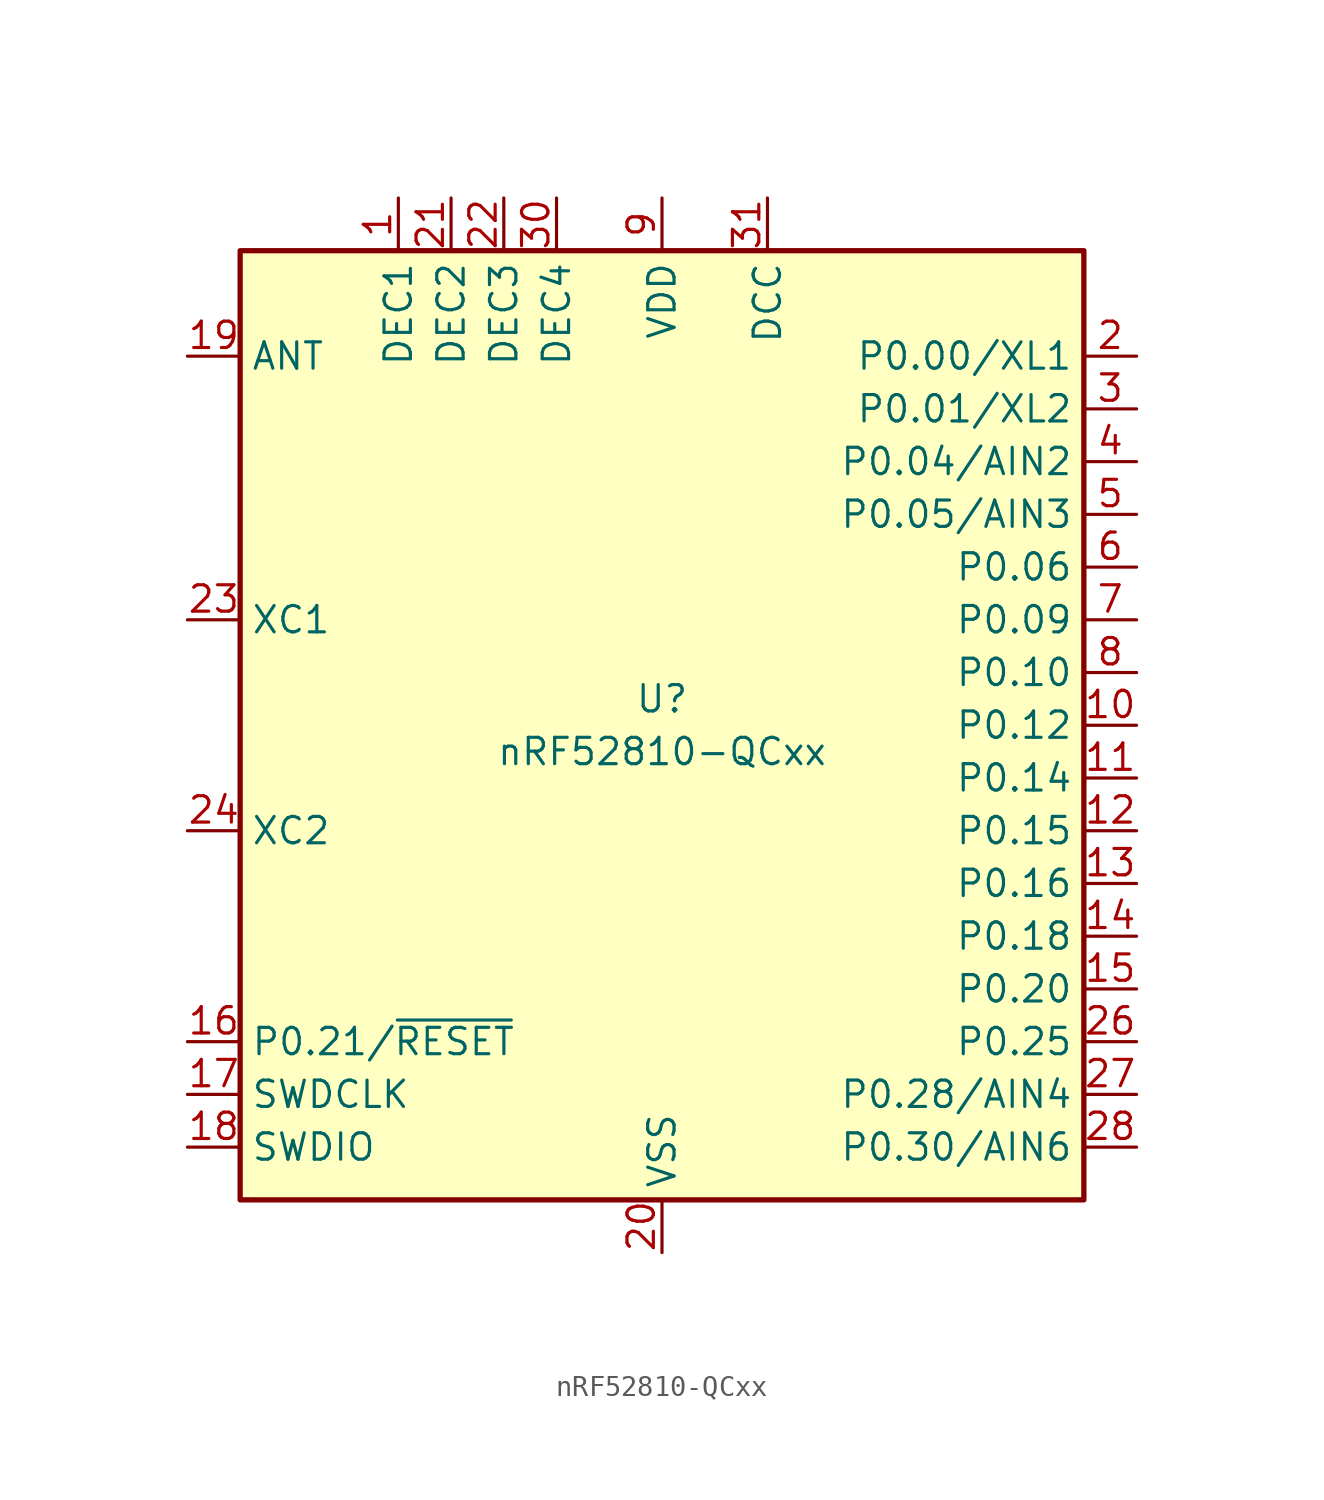
<source format=kicad_sym>
(kicad_symbol_lib
  (version 20231120)
  (generator "kicad_symbol_editor")
  (generator_version "8.0")
  (symbol "nRF52810-QCxx"
    (property "Reference" "U"
      (at 0 1.27 0)
      (effects (font (size 1.27 1.27))))
    (property "Value" "nRF52810-QCxx"
      (at 0 -1.27 0)
      (effects (font (size 1.27 1.27))))
    (symbol "nRF52810-QCxx_0_1"
      (rectangle (start -20.32 22.86) (end 20.32 -22.86) (stroke (width 0.254) (type default)) (fill (type background))))
    (symbol "nRF52810-QCxx_1_1"
      (pin passive line (at -12.7 25.4 270) (length 2.54) (name "DEC1" (effects (font (size 1.27 1.27)))) (number "1" (effects (font (size 1.27 1.27)))))
      (pin bidirectional line (at 22.86 0 180) (length 2.54) (name "P0.12" (effects (font (size 1.27 1.27)))) (number "10" (effects (font (size 1.27 1.27)))))
      (pin bidirectional line (at 22.86 -2.54 180) (length 2.54) (name "P0.14" (effects (font (size 1.27 1.27)))) (number "11" (effects (font (size 1.27 1.27)))))
      (pin bidirectional line (at 22.86 -5.08 180) (length 2.54) (name "P0.15" (effects (font (size 1.27 1.27)))) (number "12" (effects (font (size 1.27 1.27)))))
      (pin bidirectional line (at 22.86 -7.62 180) (length 2.54) (name "P0.16" (effects (font (size 1.27 1.27)))) (number "13" (effects (font (size 1.27 1.27)))))
      (pin bidirectional line (at 22.86 -10.16 180) (length 2.54) (name "P0.18" (effects (font (size 1.27 1.27)))) (number "14" (effects (font (size 1.27 1.27)))))
      (pin bidirectional line (at 22.86 -12.7 180) (length 2.54) (name "P0.20" (effects (font (size 1.27 1.27)))) (number "15" (effects (font (size 1.27 1.27)))))
      (pin bidirectional line (at -22.86 -15.24 0) (length 2.54) (name "P0.21/~{RESET}" (effects (font (size 1.27 1.27)))) (number "16" (effects (font (size 1.27 1.27)))))
      (pin input line (at -22.86 -17.78 0) (length 2.54) (name "SWDCLK" (effects (font (size 1.27 1.27)))) (number "17" (effects (font (size 1.27 1.27)))))
      (pin bidirectional line (at -22.86 -20.32 0) (length 2.54) (name "SWDIO" (effects (font (size 1.27 1.27)))) (number "18" (effects (font (size 1.27 1.27)))))
      (pin passive line (at -22.86 17.78 0) (length 2.54) (name "ANT" (effects (font (size 1.27 1.27)))) (number "19" (effects (font (size 1.27 1.27)))))
      (pin bidirectional line (at 22.86 17.78 180) (length 2.54) (name "P0.00/XL1" (effects (font (size 1.27 1.27)))) (number "2" (effects (font (size 1.27 1.27)))))
      (pin power_in line (at 0 -25.4 90) (length 2.54) (name "VSS" (effects (font (size 1.27 1.27)))) (number "20" (effects (font (size 1.27 1.27)))))
      (pin passive line (at -10.16 25.4 270) (length 2.54) (name "DEC2" (effects (font (size 1.27 1.27)))) (number "21" (effects (font (size 1.27 1.27)))))
      (pin passive line (at -7.62 25.4 270) (length 2.54) (name "DEC3" (effects (font (size 1.27 1.27)))) (number "22" (effects (font (size 1.27 1.27)))))
      (pin input line (at -22.86 5.08 0) (length 2.54) (name "XC1" (effects (font (size 1.27 1.27)))) (number "23" (effects (font (size 1.27 1.27)))))
      (pin input line (at -22.86 -5.08 0) (length 2.54) (name "XC2" (effects (font (size 1.27 1.27)))) (number "24" (effects (font (size 1.27 1.27)))))
      (pin passive line (at 0 25.4 270) (length 2.54) hide (name "VDD" (effects (font (size 1.27 1.27)))) (number "25" (effects (font (size 1.27 1.27)))))
      (pin bidirectional line (at 22.86 -15.24 180) (length 2.54) (name "P0.25" (effects (font (size 1.27 1.27)))) (number "26" (effects (font (size 1.27 1.27)))))
      (pin bidirectional line (at 22.86 -17.78 180) (length 2.54) (name "P0.28/AIN4" (effects (font (size 1.27 1.27)))) (number "27" (effects (font (size 1.27 1.27)))))
      (pin bidirectional line (at 22.86 -20.32 180) (length 2.54) (name "P0.30/AIN6" (effects (font (size 1.27 1.27)))) (number "28" (effects (font (size 1.27 1.27)))))
      (pin passive line (at 0 -25.4 90) (length 2.54) hide (name "VSS" (effects (font (size 1.27 1.27)))) (number "29" (effects (font (size 1.27 1.27)))))
      (pin bidirectional line (at 22.86 15.24 180) (length 2.54) (name "P0.01/XL2" (effects (font (size 1.27 1.27)))) (number "3" (effects (font (size 1.27 1.27)))))
      (pin passive line (at -5.08 25.4 270) (length 2.54) (name "DEC4" (effects (font (size 1.27 1.27)))) (number "30" (effects (font (size 1.27 1.27)))))
      (pin power_out line (at 5.08 25.4 270) (length 2.54) (name "DCC" (effects (font (size 1.27 1.27)))) (number "31" (effects (font (size 1.27 1.27)))))
      (pin passive line (at 0 25.4 270) (length 2.54) hide (name "VDD" (effects (font (size 1.27 1.27)))) (number "32" (effects (font (size 1.27 1.27)))))
      (pin passive line (at 0 -25.4 90) (length 2.54) hide (name "VSS" (effects (font (size 1.27 1.27)))) (number "33" (effects (font (size 1.27 1.27)))))
      (pin bidirectional line (at 22.86 12.7 180) (length 2.54) (name "P0.04/AIN2" (effects (font (size 1.27 1.27)))) (number "4" (effects (font (size 1.27 1.27)))))
      (pin bidirectional line (at 22.86 10.16 180) (length 2.54) (name "P0.05/AIN3" (effects (font (size 1.27 1.27)))) (number "5" (effects (font (size 1.27 1.27)))))
      (pin bidirectional line (at 22.86 7.62 180) (length 2.54) (name "P0.06" (effects (font (size 1.27 1.27)))) (number "6" (effects (font (size 1.27 1.27)))))
      (pin bidirectional line (at 22.86 5.08 180) (length 2.54) (name "P0.09" (effects (font (size 1.27 1.27)))) (number "7" (effects (font (size 1.27 1.27)))))
      (pin bidirectional line (at 22.86 2.54 180) (length 2.54) (name "P0.10" (effects (font (size 1.27 1.27)))) (number "8" (effects (font (size 1.27 1.27)))))
      (pin power_in line (at 0 25.4 270) (length 2.54) (name "VDD" (effects (font (size 1.27 1.27)))) (number "9" (effects (font (size 1.27 1.27))))))))
</source>
